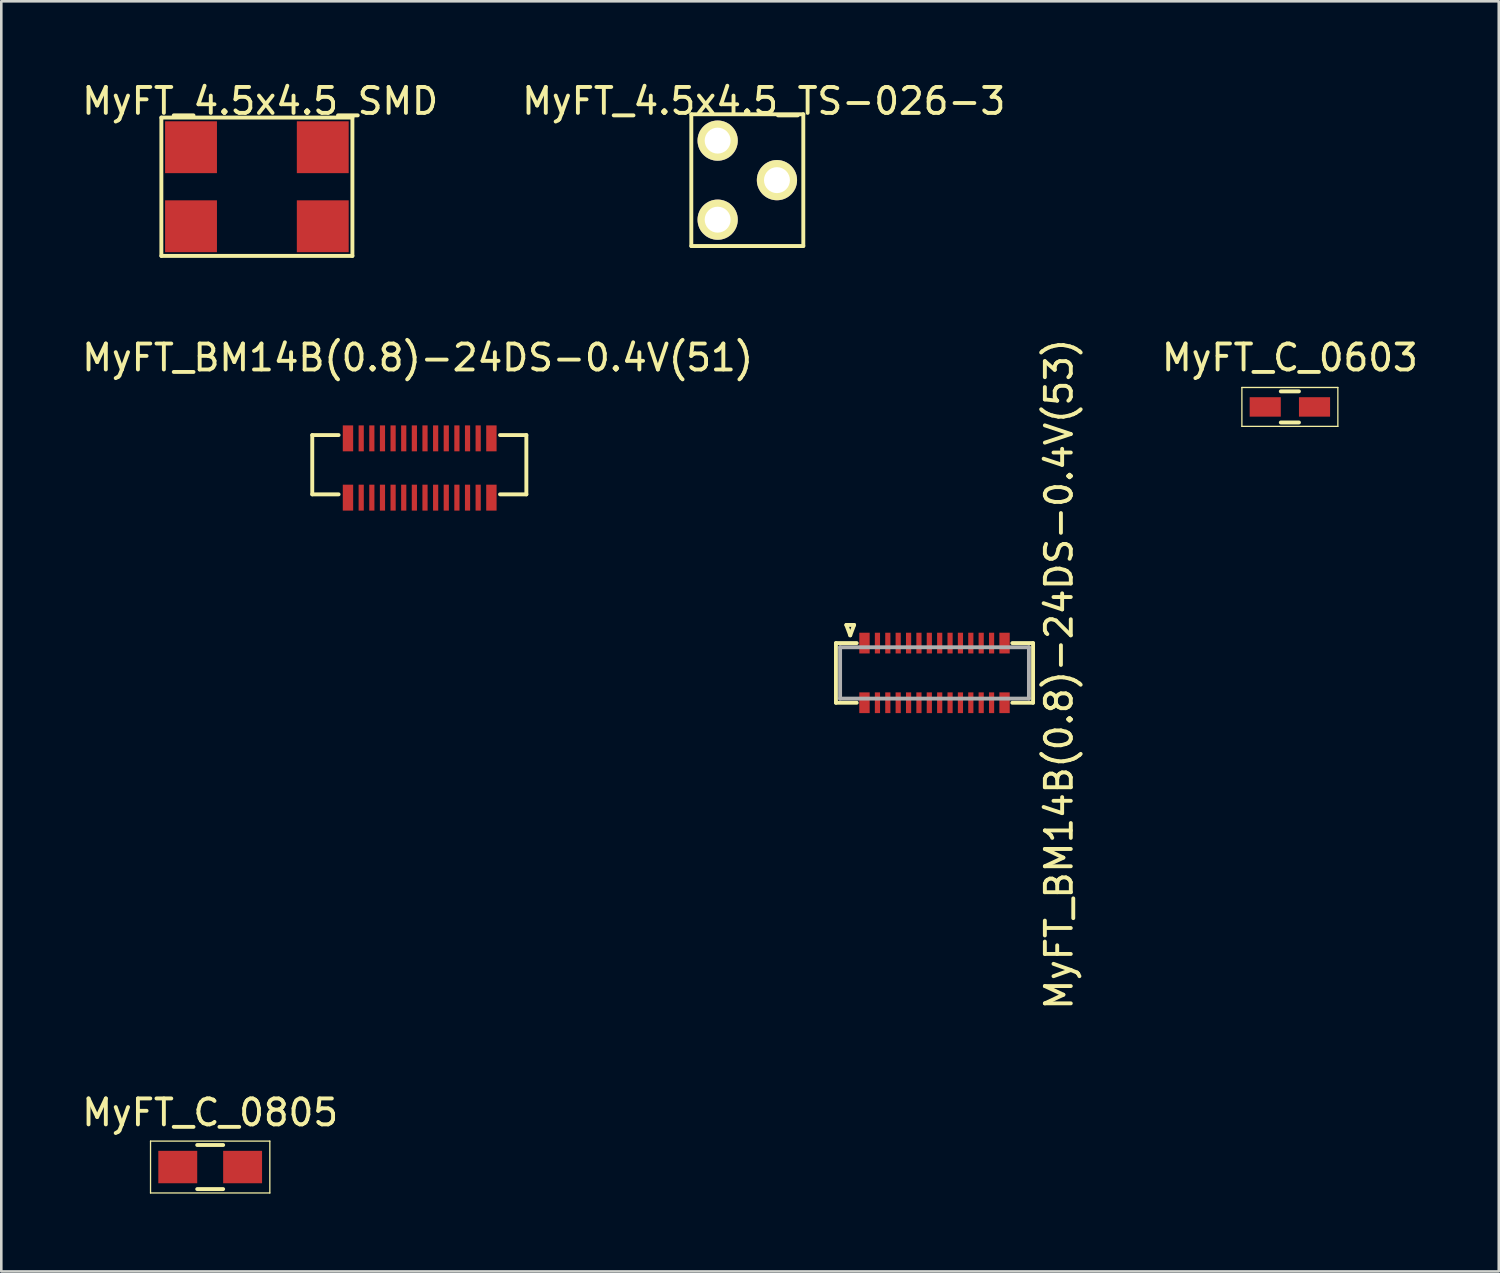
<source format=kicad_pcb>
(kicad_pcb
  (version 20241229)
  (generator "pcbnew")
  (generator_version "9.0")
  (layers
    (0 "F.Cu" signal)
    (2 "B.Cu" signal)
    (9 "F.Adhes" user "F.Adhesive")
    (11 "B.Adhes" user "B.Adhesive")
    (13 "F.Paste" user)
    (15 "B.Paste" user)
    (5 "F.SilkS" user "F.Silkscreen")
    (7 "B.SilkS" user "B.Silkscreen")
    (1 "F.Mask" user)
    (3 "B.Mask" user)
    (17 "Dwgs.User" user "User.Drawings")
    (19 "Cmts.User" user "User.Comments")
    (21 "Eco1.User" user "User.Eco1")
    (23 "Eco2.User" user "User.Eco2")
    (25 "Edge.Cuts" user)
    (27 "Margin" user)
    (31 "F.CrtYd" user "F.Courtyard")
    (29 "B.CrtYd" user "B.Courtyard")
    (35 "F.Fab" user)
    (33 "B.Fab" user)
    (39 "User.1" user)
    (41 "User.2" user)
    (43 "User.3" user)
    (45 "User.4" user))
  (footprint "MyFT_C_0603"
    (layer "F.Cu")
    (at 46.684 12.64)
    (property "Reference" "MyFT_C_0603" (at 0 -1.9 0) (layer "F.SilkS") (effects (font (size 1 1) (thickness 0.15))))
    (attr smd)
    (fp_line (start -1.85 -0.75) (end -1.85 0.75) (stroke (width 0.05) (type solid)) (layer "F.SilkS"))
    (fp_line (start -1.85 -0.75) (end 1.85 -0.75) (stroke (width 0.05) (type solid)) (layer "F.SilkS"))
    (fp_line (start -1.85 0.75) (end 1.85 0.75) (stroke (width 0.05) (type solid)) (layer "F.SilkS"))
    (fp_line (start -0.35 -0.6) (end 0.35 -0.6) (stroke (width 0.15) (type solid)) (layer "F.SilkS"))
    (fp_line (start 0.35 0.6) (end -0.35 0.6) (stroke (width 0.15) (type solid)) (layer "F.SilkS"))
    (fp_line (start 1.85 -0.75) (end 1.85 0.75) (stroke (width 0.05) (type solid)) (layer "F.SilkS"))
    (pad "1" smd rect (at -0.95 0) (size 1.2 0.75) (layers "F.Cu" "F.Mask" "F.Paste"))
    (pad "2" smd rect (at 0.95 0) (size 1.2 0.75) (layers "F.Cu" "F.Mask" "F.Paste")))
  (footprint "MyFT_4.5x4.5_SMD"
    (layer "F.Cu")
    (at 6.855 4.15)
    (property "Reference" "MyFT_4.5x4.5_SMD" (at 0.127 -3.302 0) (layer "F.SilkS") (effects (font (size 1 1) (thickness 0.15))))
    (attr smd)
    (fp_line (start -3.683 -2.667) (end 3.683 -2.667) (stroke (width 0.15) (type solid)) (layer "F.SilkS"))
    (fp_line (start -3.683 2.667) (end -3.683 -2.667) (stroke (width 0.15) (type solid)) (layer "F.SilkS"))
    (fp_line (start 3.683 -2.667) (end 3.683 2.667) (stroke (width 0.15) (type solid)) (layer "F.SilkS"))
    (fp_line (start 3.683 2.667) (end -3.683 2.667) (stroke (width 0.15) (type solid)) (layer "F.SilkS"))
    (pad "1" smd rect (at -2.54 -1.524) (size 2 2) (layers "F.Cu" "F.Mask" "F.Paste"))
    (pad "1" smd rect (at 2.54 -1.524) (size 2 2) (layers "F.Cu" "F.Mask" "F.Paste"))
    (pad "2" smd rect (at -2.54 1.524) (size 2 2) (layers "F.Cu" "F.Mask" "F.Paste"))
    (pad "2" smd rect (at 2.54 1.524) (size 2 2) (layers "F.Cu" "F.Mask" "F.Paste")))
  (footprint "MyFT_C_0805"
    (layer "F.Cu")
    (at 5.054 41.948)
    (property "Reference" "MyFT_C_0805" (at 0 -2.1 0) (layer "F.SilkS") (effects (font (size 1 1) (thickness 0.15))))
    (attr smd)
    (fp_line (start -2.3 -1) (end -2.3 1) (stroke (width 0.05) (type solid)) (layer "F.SilkS"))
    (fp_line (start -2.3 -1) (end 2.3 -1) (stroke (width 0.05) (type solid)) (layer "F.SilkS"))
    (fp_line (start -2.3 1) (end 2.3 1) (stroke (width 0.05) (type solid)) (layer "F.SilkS"))
    (fp_line (start -0.5 0.85) (end 0.5 0.85) (stroke (width 0.15) (type solid)) (layer "F.SilkS"))
    (fp_line (start 0.5 -0.85) (end -0.5 -0.85) (stroke (width 0.15) (type solid)) (layer "F.SilkS"))
    (fp_line (start 2.3 -1) (end 2.3 1) (stroke (width 0.05) (type solid)) (layer "F.SilkS"))
    (pad "1" smd rect (at -1.25 0) (size 1.5 1.25) (layers "F.Cu" "F.Mask" "F.Paste"))
    (pad "2" smd rect (at 1.25 0) (size 1.5 1.25) (layers "F.Cu" "F.Mask" "F.Paste")))
  (footprint "MyFT_BM14B(0.8)-24DS-0.4V(51)"
    (layer "F.Cu")
    (at 12.927 14.741)
    (property "Reference" "MyFT_BM14B(0.8)-24DS-0.4V(51)" (at 0.127 -4 0) (layer "F.SilkS") (effects (font (size 1 1) (thickness 0.15))))
    (attr through_hole)
    (fp_line (start -3.937 -1.016) (end -3.937 1.27) (stroke (width 0.15) (type solid)) (layer "F.SilkS"))
    (fp_line (start -3.937 1.27) (end -2.921 1.27) (stroke (width 0.15) (type solid)) (layer "F.SilkS"))
    (fp_line (start -2.921 -1.016) (end -3.937 -1.016) (stroke (width 0.15) (type solid)) (layer "F.SilkS"))
    (fp_line (start 3.302 -1.016) (end 4.318 -1.016) (stroke (width 0.15) (type solid)) (layer "F.SilkS"))
    (fp_line (start 4.318 -1.016) (end 4.318 1.27) (stroke (width 0.15) (type solid)) (layer "F.SilkS"))
    (fp_line (start 4.318 1.27) (end 3.302 1.27) (stroke (width 0.15) (type solid)) (layer "F.SilkS"))
    (pad "1" smd trapezoid (at 2.97 1.397) (size 0.4 1) (layers "F.Cu" "F.Mask" "F.Paste"))
    (pad "2" smd trapezoid (at 2.46 1.397) (size 0.2 1) (layers "F.Cu" "F.Mask" "F.Paste"))
    (pad "3" smd trapezoid (at 2.05 1.397) (size 0.2 1) (layers "F.Cu" "F.Mask" "F.Paste"))
    (pad "4" smd trapezoid (at 1.64 1.397) (size 0.2 1) (layers "F.Cu" "F.Mask" "F.Paste"))
    (pad "5" smd trapezoid (at 1.23 1.397) (size 0.2 1) (layers "F.Cu" "F.Mask" "F.Paste"))
    (pad "6" smd trapezoid (at 0.82 1.397) (size 0.2 1) (layers "F.Cu" "F.Mask" "F.Paste"))
    (pad "7" smd trapezoid (at 0.41 1.397) (size 0.2 1) (layers "F.Cu" "F.Mask" "F.Paste"))
    (pad "8" smd trapezoid (at 0 1.397) (size 0.2 1) (layers "F.Cu" "F.Mask" "F.Paste"))
    (pad "9" smd trapezoid (at -0.41 1.397) (size 0.2 1) (layers "F.Cu" "F.Mask" "F.Paste"))
    (pad "10" smd trapezoid (at -0.82 1.397) (size 0.2 1) (layers "F.Cu" "F.Mask" "F.Paste"))
    (pad "11" smd trapezoid (at -1.23 1.397) (size 0.2 1) (layers "F.Cu" "F.Mask" "F.Paste"))
    (pad "12" smd trapezoid (at -1.64 1.397) (size 0.2 1) (layers "F.Cu" "F.Mask" "F.Paste"))
    (pad "13" smd trapezoid (at -2.05 1.397) (size 0.2 1) (layers "F.Cu" "F.Mask" "F.Paste"))
    (pad "14" smd trapezoid (at -2.56 1.397) (size 0.4 1) (layers "F.Cu" "F.Mask" "F.Paste"))
    (pad "15" smd trapezoid (at -2.56 -0.889) (size 0.4 1) (layers "F.Cu" "F.Mask" "F.Paste"))
    (pad "16" smd trapezoid (at -2.05 -0.889) (size 0.2 1) (layers "F.Cu" "F.Mask" "F.Paste"))
    (pad "17" smd trapezoid (at -1.64 -0.889) (size 0.2 1) (layers "F.Cu" "F.Mask" "F.Paste"))
    (pad "18" smd trapezoid (at -1.23 -0.889) (size 0.2 1) (layers "F.Cu" "F.Mask" "F.Paste"))
    (pad "19" smd trapezoid (at -0.82 -0.889) (size 0.2 1) (layers "F.Cu" "F.Mask" "F.Paste"))
    (pad "20" smd trapezoid (at -0.41 -0.889) (size 0.2 1) (layers "F.Cu" "F.Mask" "F.Paste"))
    (pad "21" smd trapezoid (at 0 -0.889) (size 0.2 1) (layers "F.Cu" "F.Mask" "F.Paste"))
    (pad "22" smd trapezoid (at 0.41 -0.889) (size 0.2 1) (layers "F.Cu" "F.Mask" "F.Paste"))
    (pad "23" smd trapezoid (at 0.82 -0.889) (size 0.2 1) (layers "F.Cu" "F.Mask" "F.Paste"))
    (pad "24" smd trapezoid (at 1.23 -0.889) (size 0.2 1) (layers "F.Cu" "F.Mask" "F.Paste"))
    (pad "25" smd trapezoid (at 1.64 -0.889) (size 0.2 1) (layers "F.Cu" "F.Mask" "F.Paste"))
    (pad "26" smd trapezoid (at 2.05 -0.889) (size 0.2 1) (layers "F.Cu" "F.Mask" "F.Paste"))
    (pad "27" smd trapezoid (at 2.46 -0.889) (size 0.2 1) (layers "F.Cu" "F.Mask" "F.Paste"))
    (pad "28" smd trapezoid (at 2.97 -0.889) (size 0.4 1) (layers "F.Cu" "F.Mask" "F.Paste")))
  (footprint "MyFT_BM14B(0.8)-24DS-0.4V(53)"
    (layer "F.Cu")
    (at 32.982 22.896)
    (property "Reference" "MyFT_BM14B(0.8)-24DS-0.4V(53)" (at 4.8 0.05 90) (layer "F.SilkS") (effects (font (size 1 1) (thickness 0.15))))
    (attr smd)
    (fp_line (start -3.8 -1.15) (end -3 -1.15) (stroke (width 0.15) (type solid)) (layer "F.SilkS"))
    (fp_line (start -3.8 1.15) (end -3.8 -1.15) (stroke (width 0.15) (type solid)) (layer "F.SilkS"))
    (fp_line (start -3.4 -1.85) (end -3.1 -1.85) (stroke (width 0.15) (type solid)) (layer "F.SilkS"))
    (fp_line (start -3.25 -1.45) (end -3.4 -1.85) (stroke (width 0.15) (type solid)) (layer "F.SilkS"))
    (fp_line (start -3.1 -1.85) (end -3.25 -1.45) (stroke (width 0.15) (type solid)) (layer "F.SilkS"))
    (fp_line (start -3 1.15) (end -3.8 1.15) (stroke (width 0.15) (type solid)) (layer "F.SilkS"))
    (fp_line (start 3 -1.15) (end 3.8 -1.15) (stroke (width 0.15) (type solid)) (layer "F.SilkS"))
    (fp_line (start 3.8 -1.15) (end 3.8 1.15) (stroke (width 0.15) (type solid)) (layer "F.SilkS"))
    (fp_line (start 3.8 1.15) (end 3 1.15) (stroke (width 0.15) (type solid)) (layer "F.SilkS"))
    (fp_line (start -3.64 -0.99) (end 3.64 -0.99) (stroke (width 0.15) (type solid)) (layer "F.Fab"))
    (fp_line (start -3.64 0.99) (end -3.64 -0.99) (stroke (width 0.15) (type solid)) (layer "F.Fab"))
    (fp_line (start 3.64 -0.99) (end 3.64 0.99) (stroke (width 0.15) (type solid)) (layer "F.Fab"))
    (fp_line (start 3.64 0.99) (end -3.64 0.99) (stroke (width 0.15) (type solid)) (layer "F.Fab"))
    (pad "1" smd rect (at -2.7 -1.15) (size 0.4 0.8) (layers "F.Cu" "F.Mask" "F.Paste"))
    (pad "2" smd rect (at -2.2 -1.15) (size 0.2 0.8) (layers "F.Cu" "F.Mask" "F.Paste"))
    (pad "3" smd rect (at -1.8 -1.15) (size 0.2 0.8) (layers "F.Cu" "F.Mask" "F.Paste"))
    (pad "4" smd rect (at -1.4 -1.15) (size 0.2 0.8) (layers "F.Cu" "F.Mask" "F.Paste"))
    (pad "5" smd rect (at -1 -1.15) (size 0.2 0.8) (layers "F.Cu" "F.Mask" "F.Paste"))
    (pad "6" smd rect (at -0.6 -1.15) (size 0.2 0.8) (layers "F.Cu" "F.Mask" "F.Paste"))
    (pad "7" smd rect (at -0.2 -1.15) (size 0.2 0.8) (layers "F.Cu" "F.Mask" "F.Paste"))
    (pad "8" smd rect (at 0.2 -1.15) (size 0.2 0.8) (layers "F.Cu" "F.Mask" "F.Paste"))
    (pad "9" smd rect (at 0.6 -1.15) (size 0.2 0.8) (layers "F.Cu" "F.Mask" "F.Paste"))
    (pad "10" smd rect (at 1 -1.15) (size 0.2 0.8) (layers "F.Cu" "F.Mask" "F.Paste"))
    (pad "11" smd rect (at 1.4 -1.15) (size 0.2 0.8) (layers "F.Cu" "F.Mask" "F.Paste"))
    (pad "12" smd rect (at 1.8 -1.15) (size 0.2 0.8) (layers "F.Cu" "F.Mask" "F.Paste"))
    (pad "13" smd rect (at 2.2 -1.15) (size 0.2 0.8) (layers "F.Cu" "F.Mask" "F.Paste"))
    (pad "14" smd rect (at 2.7 -1.15) (size 0.4 0.8) (layers "F.Cu" "F.Mask" "F.Paste"))
    (pad "15" smd rect (at 2.7 1.15) (size 0.4 0.8) (layers "F.Cu" "F.Mask" "F.Paste"))
    (pad "16" smd rect (at 2.2 1.15) (size 0.2 0.8) (layers "F.Cu" "F.Mask" "F.Paste"))
    (pad "17" smd rect (at 1.8 1.15) (size 0.2 0.8) (layers "F.Cu" "F.Mask" "F.Paste"))
    (pad "18" smd rect (at 1.4 1.15) (size 0.2 0.8) (layers "F.Cu" "F.Mask" "F.Paste"))
    (pad "19" smd rect (at 1 1.15) (size 0.2 0.8) (layers "F.Cu" "F.Mask" "F.Paste"))
    (pad "20" smd rect (at 0.6 1.15) (size 0.2 0.8) (layers "F.Cu" "F.Mask" "F.Paste"))
    (pad "21" smd rect (at 0.2 1.15) (size 0.2 0.8) (layers "F.Cu" "F.Mask" "F.Paste"))
    (pad "22" smd rect (at -0.2 1.15) (size 0.2 0.8) (layers "F.Cu" "F.Mask" "F.Paste"))
    (pad "23" smd rect (at -0.6 1.15) (size 0.2 0.8) (layers "F.Cu" "F.Mask" "F.Paste"))
    (pad "24" smd rect (at -1 1.15) (size 0.2 0.8) (layers "F.Cu" "F.Mask" "F.Paste"))
    (pad "25" smd rect (at -1.4 1.15) (size 0.2 0.8) (layers "F.Cu" "F.Mask" "F.Paste"))
    (pad "26" smd rect (at -1.8 1.15) (size 0.2 0.8) (layers "F.Cu" "F.Mask" "F.Paste"))
    (pad "27" smd rect (at -2.2 1.15) (size 0.2 0.8) (layers "F.Cu" "F.Mask" "F.Paste"))
    (pad "28" smd rect (at -2.7 1.15) (size 0.4 0.8) (layers "F.Cu" "F.Mask" "F.Paste")))
  (footprint "MyFT_4.5x4.5_TS-026-3"
    (layer "F.Cu")
    (at 26.907 3.896)
    (property "Reference" "MyFT_4.5x4.5_TS-026-3" (at -0.508 -3.048 0) (layer "F.SilkS") (effects (font (size 1 1) (thickness 0.15))))
    (attr smd)
    (fp_line (start -3.302 -2.54) (end -3.302 2.54) (stroke (width 0.15) (type solid)) (layer "F.SilkS"))
    (fp_line (start -3.302 2.54) (end 1.016 2.54) (stroke (width 0.15) (type solid)) (layer "F.SilkS"))
    (fp_line (start 1.016 -2.54) (end -3.302 -2.54) (stroke (width 0.15) (type solid)) (layer "F.SilkS"))
    (fp_line (start 1.016 2.54) (end 1.016 -2.54) (stroke (width 0.15) (type solid)) (layer "F.SilkS"))
    (pad "1" thru_hole circle (at -2.286 -1.524) (size 1.55 1.55) (drill 1) (layers "*.Cu" "*.Mask" "F.SilkS"))
    (pad "2" thru_hole circle (at -2.286 1.524) (size 1.55 1.55) (drill 1) (layers "*.Cu" "*.Mask" "F.SilkS"))
    (pad "3" thru_hole circle (at 0 0) (size 1.55 1.55) (drill 1) (layers "*.Cu" "*.Mask" "F.SilkS")))
  (gr_rect
    (start -3 -3)
    (end 54.738 45.973)
    (stroke (width 0.1) (type default))
    (fill no)
    (layer "Edge.Cuts")))
</source>
